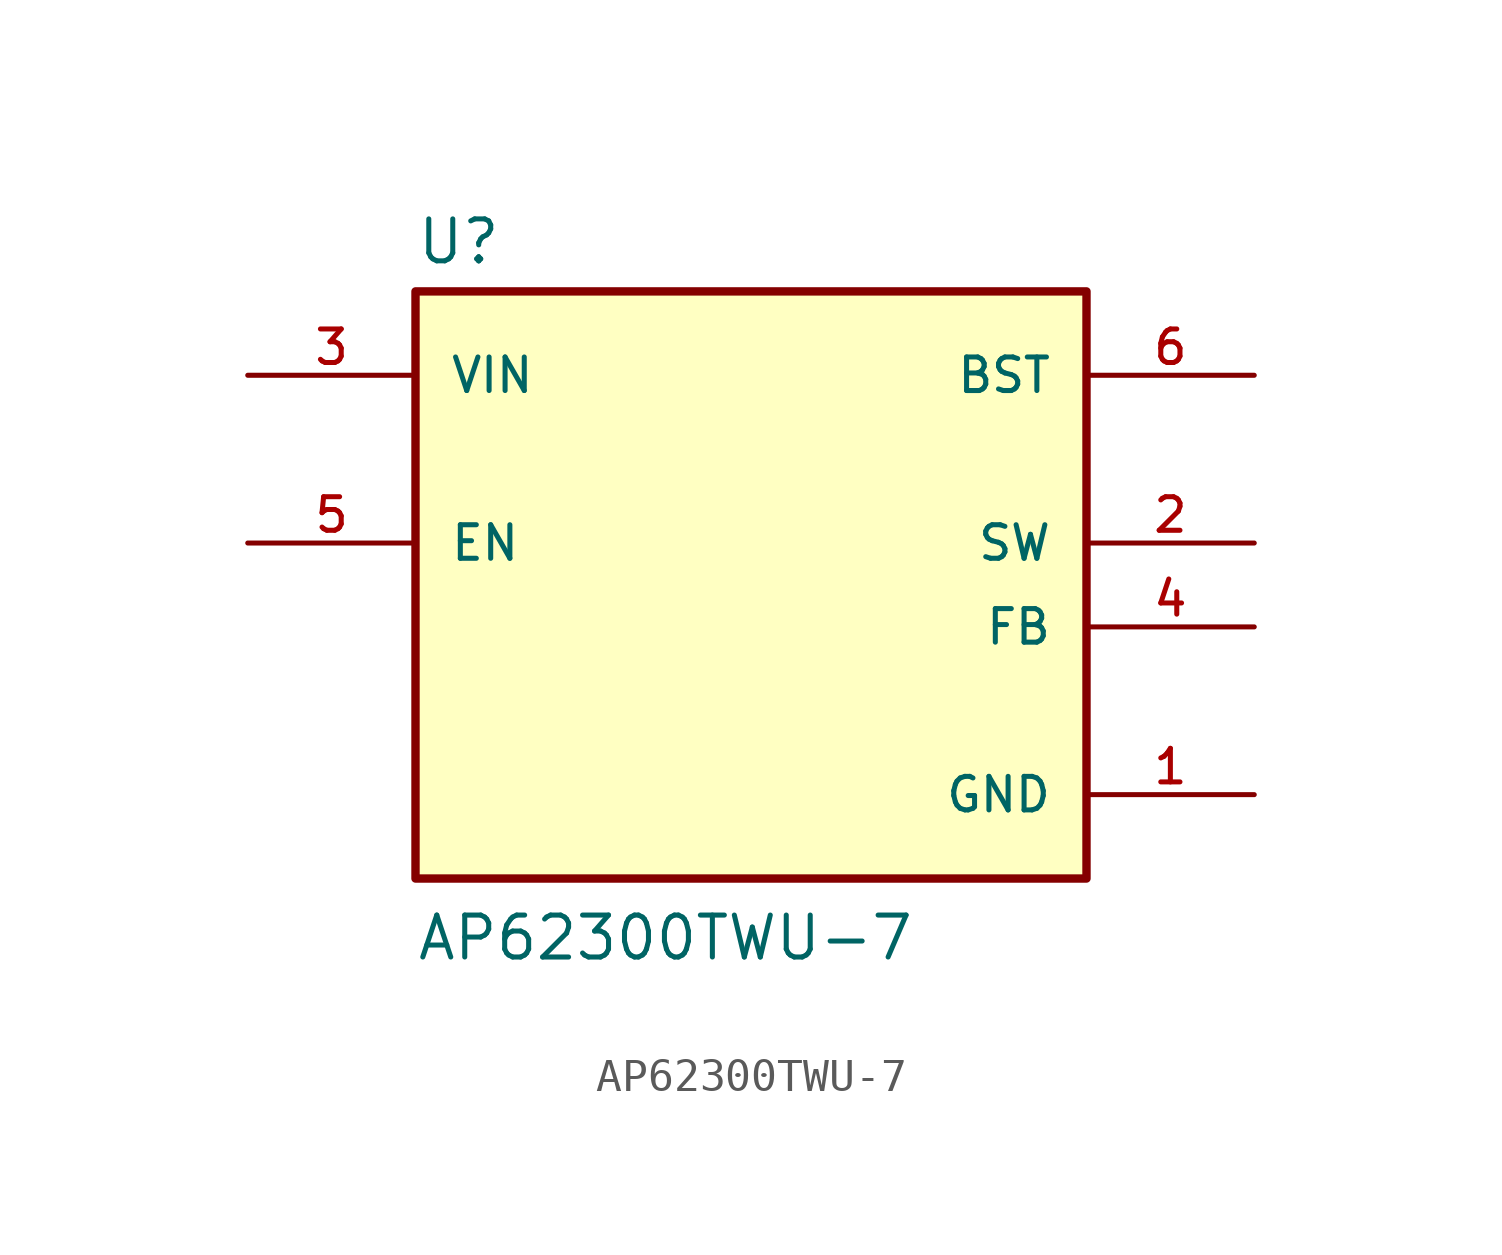
<source format=kicad_sym>
(kicad_symbol_lib
  (version 20211014)
  (generator kicad_symbol_editor)
  (symbol "AP62300TWU-7"
    (pin_names
      (offset 1.016))
    (property "Reference" "U"
      (at -10.16 8.382 0)
      (effects (font (size 1.27 1.27)) (justify bottom left)))
    (property "Value" "AP62300TWU-7"
      (at -10.16 -12.7 0)
      (effects (font (size 1.27 1.27)) (justify bottom left)))
    (symbol "AP62300TWU-7_0_0"
      (rectangle (start -10.16 -10.16) (end 10.16 7.62) (stroke (width 0.254)) (fill (type background)))
      (pin input line (at -15.24 5.08 0) (length 5.08) (name "VIN" (effects (font (size 1.016 1.016)))) (number "3" (effects (font (size 1.016 1.016)))))
      (pin output line (at 15.24 0.0 180.0) (length 5.08) (name "SW" (effects (font (size 1.016 1.016)))) (number "2" (effects (font (size 1.016 1.016)))))
      (pin power_in line (at 15.24 -7.62 180.0) (length 5.08) (name "GND" (effects (font (size 1.016 1.016)))) (number "1" (effects (font (size 1.016 1.016)))))
      (pin input line (at 15.24 5.08 180.0) (length 5.08) (name "BST" (effects (font (size 1.016 1.016)))) (number "6" (effects (font (size 1.016 1.016)))))
      (pin input line (at -15.24 0.0 0) (length 5.08) (name "EN" (effects (font (size 1.016 1.016)))) (number "5" (effects (font (size 1.016 1.016)))))
      (pin input line (at 15.24 -2.54 180.0) (length 5.08) (name "FB" (effects (font (size 1.016 1.016)))) (number "4" (effects (font (size 1.016 1.016))))))))
</source>
